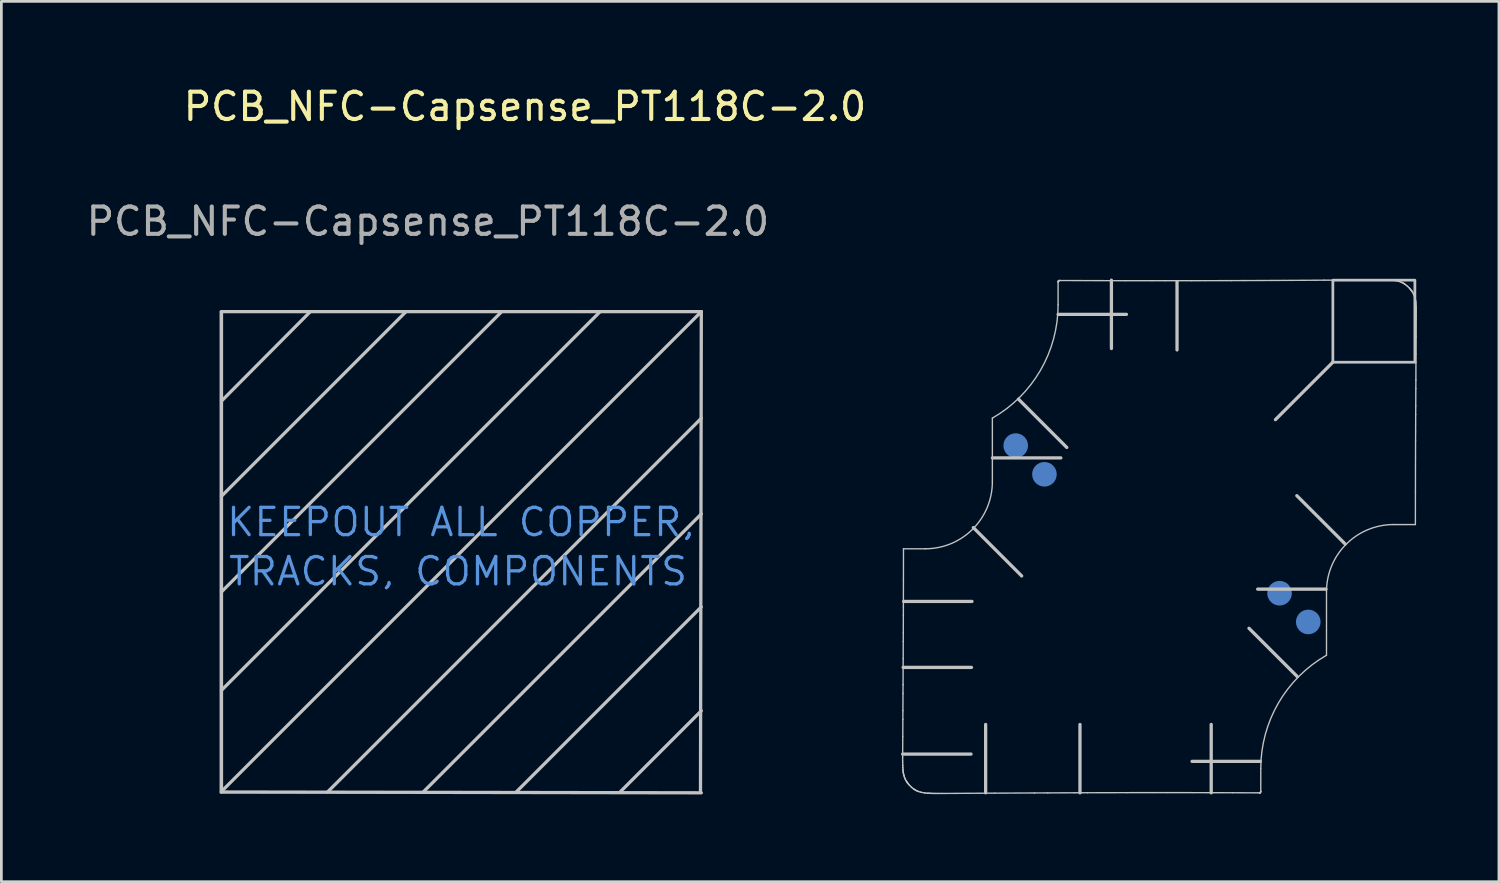
<source format=kicad_pcb>
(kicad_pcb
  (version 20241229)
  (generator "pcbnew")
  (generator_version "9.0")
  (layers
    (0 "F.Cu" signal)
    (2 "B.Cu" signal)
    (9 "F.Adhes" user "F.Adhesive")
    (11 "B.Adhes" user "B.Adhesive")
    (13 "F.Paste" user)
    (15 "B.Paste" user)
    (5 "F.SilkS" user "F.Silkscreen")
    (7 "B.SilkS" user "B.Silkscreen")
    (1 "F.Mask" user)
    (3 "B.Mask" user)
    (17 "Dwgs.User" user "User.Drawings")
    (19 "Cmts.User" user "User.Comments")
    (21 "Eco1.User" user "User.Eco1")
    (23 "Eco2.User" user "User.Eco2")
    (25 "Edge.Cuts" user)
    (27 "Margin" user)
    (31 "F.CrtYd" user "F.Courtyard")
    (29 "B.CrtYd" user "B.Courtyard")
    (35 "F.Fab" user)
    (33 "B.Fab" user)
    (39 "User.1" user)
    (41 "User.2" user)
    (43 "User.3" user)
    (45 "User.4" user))
  (footprint "PCB_NFC-Capsense_PT118C-2.0"
    (layer "F.Cu")
    (at 30.001 25.948)
    (property "Reference" "PCB_NFC-Capsense_PT118C-2.0" (at -13.85 -25.1 0) (unlocked yes) (layer "F.SilkS") (effects (font (size 1 1) (thickness 0.15))))
    (attr exclude_from_pos_files exclude_from_bom)
    (fp_line (start -24.95 -17.6) (end -24.95 -0.03) (stroke (width 0.12) (type solid)) (layer "Dwgs.User"))
    (fp_line (start -24.95 -14.33) (end -21.7 -17.6) (stroke (width 0.12) (type solid)) (layer "Dwgs.User"))
    (fp_line (start -24.95 -10.85) (end -18.2 -17.6) (stroke (width 0.12) (type solid)) (layer "Dwgs.User"))
    (fp_line (start -24.95 -7.35) (end -14.7 -17.6) (stroke (width 0.12) (type solid)) (layer "Dwgs.User"))
    (fp_line (start -24.95 -3.75) (end -11.1 -17.6) (stroke (width 0.12) (type solid)) (layer "Dwgs.User"))
    (fp_line (start -24.95 -0.05) (end -7.4 -17.6) (stroke (width 0.12) (type solid)) (layer "Dwgs.User"))
    (fp_line (start -24.95 -0.03) (end -7.4 0) (stroke (width 0.12) (type solid)) (layer "Dwgs.User"))
    (fp_line (start -21.07 -0.03) (end -7.4 -13.7) (stroke (width 0.12) (type solid)) (layer "Dwgs.User"))
    (fp_line (start -17.57 -0.03) (end -7.4 -10.2) (stroke (width 0.12) (type solid)) (layer "Dwgs.User"))
    (fp_line (start -10.37 -0.03) (end -7.4 -3) (stroke (width 0.12) (type solid)) (layer "Dwgs.User"))
    (fp_line (start -7.43 -0.05) (end -7.4 -17.6) (stroke (width 0.12) (type solid)) (layer "Dwgs.User"))
    (fp_line (start -7.4 -17.6) (end -24.95 -17.6) (stroke (width 0.12) (type solid)) (layer "Dwgs.User"))
    (fp_line (start -7.4 -6.8) (end -14.17 -0.03) (stroke (width 0.12) (type solid)) (layer "Dwgs.User"))
    (fp_line (start -0.005 -8.925) (end 0.789 -8.925) (stroke (width 0.05) (type solid)) (layer "Dwgs.User"))
    (fp_line (start 2.465 -1.417) (end -0.035 -1.417) (stroke (width 0.12) (type solid)) (layer "Dwgs.User"))
    (fp_line (start 2.482 -4.587) (end -0.018 -4.587) (stroke (width 0.12) (type solid)) (layer "Dwgs.User"))
    (fp_line (start 2.5 -7) (end 0 -7) (stroke (width 0.12) (type solid)) (layer "Dwgs.User"))
    (fp_line (start 3 0) (end 3 -2.5) (stroke (width 0.12) (type solid)) (layer "Dwgs.User"))
    (fp_line (start 3.246 -11.383) (end 3.246 -13.706) (stroke (width 0.05) (type solid)) (layer "Dwgs.User"))
    (fp_line (start 4.318 -7.932) (end 2.55 -9.7) (stroke (width 0.12) (type solid)) (layer "Dwgs.User"))
    (fp_line (start 5.65 -17.85) (end 5.65 -18.682) (stroke (width 0.05) (type solid)) (layer "Dwgs.User"))
    (fp_line (start 5.75 -12.25) (end 3.25 -12.25) (stroke (width 0.12) (type solid)) (layer "Dwgs.User"))
    (fp_line (start 5.968 -12.632) (end 4.2 -14.4) (stroke (width 0.12) (type solid)) (layer "Dwgs.User"))
    (fp_line (start 6.45 0) (end 6.45 -2.5) (stroke (width 0.12) (type solid)) (layer "Dwgs.User"))
    (fp_line (start 7.6 -16.25) (end 7.6 -18.75) (stroke (width 0.12) (type solid)) (layer "Dwgs.User"))
    (fp_line (start 8.15 -17.5) (end 5.65 -17.5) (stroke (width 0.12) (type solid)) (layer "Dwgs.User"))
    (fp_line (start 10 -16.2) (end 10 -18.7) (stroke (width 0.12) (type solid)) (layer "Dwgs.User"))
    (fp_line (start 11.25 0) (end 11.25 -2.5) (stroke (width 0.12) (type solid)) (layer "Dwgs.User"))
    (fp_line (start 12.632 -6.018) (end 14.4 -4.25) (stroke (width 0.12) (type solid)) (layer "Dwgs.User"))
    (fp_line (start 13.05 -1.15) (end 10.55 -1.15) (stroke (width 0.12) (type solid)) (layer "Dwgs.User"))
    (fp_line (start 13.063 -0.887) (end 13.063 -0.056) (stroke (width 0.05) (type solid)) (layer "Dwgs.User"))
    (fp_line (start 13.6 -13.65) (end 15.7 -15.75) (stroke (width 0.12) (type solid)) (layer "Dwgs.User"))
    (fp_line (start 14.382 -10.868) (end 16.15 -9.1) (stroke (width 0.12) (type solid)) (layer "Dwgs.User"))
    (fp_line (start 15.45 -7.45) (end 12.95 -7.45) (stroke (width 0.12) (type solid)) (layer "Dwgs.User"))
    (fp_line (start 15.467 -7.355) (end 15.467 -5.032) (stroke (width 0.05) (type solid)) (layer "Dwgs.User"))
    (fp_line (start 18.718 -9.812) (end 17.924 -9.812) (stroke (width 0.05) (type solid)) (layer "Dwgs.User"))
    (fp_arc (start 3.246446 -11.382656) (mid 2.526691 -9.645014) (end 0.789049 -8.925259) (stroke (width 0.05) (type solid)) (layer "Dwgs.User"))
    (fp_arc (start 5.65 -17.85) (mid 5.005631 -15.454551) (end 3.246445 -13.705652) (stroke (width 0.05) (type solid)) (layer "Dwgs.User"))
    (fp_arc (start 13.063057 -0.887463) (mid 13.707426 -3.282912) (end 15.466612 -5.031811) (stroke (width 0.05) (type solid)) (layer "Dwgs.User"))
    (fp_arc (start 15.466611 -7.354807) (mid 16.186366 -9.092449) (end 17.924008 -9.812204) (stroke (width 0.05) (type solid)) (layer "Dwgs.User"))
    (fp_poly (pts (xy 18.7 -15.75) (xy 15.7 -15.75) (xy 15.7 -18.75) (xy 18.7 -18.75)) (stroke (width 0.1) (type solid)) (fill no) (layer "Dwgs.User"))
    (fp_curve (pts (xy -0.036 -1.169) (xy -0.036 -1.209) (xy -0.036 -1.25) (xy -0.036 -1.291)) (stroke (width 0.05) (type solid)) (layer "Dwgs.User"))
    (fp_curve (pts (xy -0.036 -1.291) (xy -0.035 -1.333) (xy -0.035 -1.375) (xy -0.035 -1.417)) (stroke (width 0.05) (type solid)) (layer "Dwgs.User"))
    (fp_curve (pts (xy -0.035 -1.109) (xy -0.035 -1.128) (xy -0.035 -1.149) (xy -0.036 -1.169)) (stroke (width 0.05) (type solid)) (layer "Dwgs.User"))
    (fp_curve (pts (xy -0.035 -1.417) (xy -0.034 -1.629) (xy -0.033 -1.84) (xy -0.031 -2.051)) (stroke (width 0.05) (type solid)) (layer "Dwgs.User"))
    (fp_curve (pts (xy -0.033 -1.02) (xy -0.034 -1.049) (xy -0.035 -1.079) (xy -0.035 -1.109)) (stroke (width 0.05) (type solid)) (layer "Dwgs.User"))
    (fp_curve (pts (xy -0.032 -0.991) (xy -0.032 -1) (xy -0.033 -1.01) (xy -0.033 -1.02)) (stroke (width 0.05) (type solid)) (layer "Dwgs.User"))
    (fp_curve (pts (xy -0.031 -2.051) (xy -0.03 -2.263) (xy -0.029 -2.474) (xy -0.028 -2.685)) (stroke (width 0.05) (type solid)) (layer "Dwgs.User"))
    (fp_curve (pts (xy -0.029 -0.933) (xy -0.03 -0.952) (xy -0.031 -0.971) (xy -0.032 -0.991)) (stroke (width 0.05) (type solid)) (layer "Dwgs.User"))
    (fp_curve (pts (xy -0.028 -2.685) (xy -0.027 -2.791) (xy -0.027 -2.896) (xy -0.026 -3.002)) (stroke (width 0.05) (type solid)) (layer "Dwgs.User"))
    (fp_curve (pts (xy -0.028 -0.904) (xy -0.028 -0.914) (xy -0.029 -0.923) (xy -0.029 -0.933)) (stroke (width 0.05) (type solid)) (layer "Dwgs.User"))
    (fp_curve (pts (xy -0.026 -3.002) (xy -0.025 -3.213) (xy -0.024 -3.425) (xy -0.023 -3.636)) (stroke (width 0.05) (type solid)) (layer "Dwgs.User"))
    (fp_curve (pts (xy -0.024 -0.849) (xy -0.025 -0.867) (xy -0.027 -0.885) (xy -0.028 -0.904)) (stroke (width 0.05) (type solid)) (layer "Dwgs.User"))
    (fp_curve (pts (xy -0.023 -3.636) (xy -0.022 -3.742) (xy -0.022 -3.848) (xy -0.021 -3.953)) (stroke (width 0.05) (type solid)) (layer "Dwgs.User"))
    (fp_curve (pts (xy -0.021 -0.822) (xy -0.022 -0.831) (xy -0.023 -0.84) (xy -0.024 -0.849)) (stroke (width 0.05) (type solid)) (layer "Dwgs.User"))
    (fp_curve (pts (xy -0.021 -3.953) (xy -0.02 -4.165) (xy -0.019 -4.376) (xy -0.018 -4.587)) (stroke (width 0.05) (type solid)) (layer "Dwgs.User"))
    (fp_curve (pts (xy -0.018 -4.587) (xy -0.017 -4.693) (xy -0.017 -4.799) (xy -0.016 -4.904)) (stroke (width 0.05) (type solid)) (layer "Dwgs.User"))
    (fp_curve (pts (xy -0.017 -0.782) (xy -0.019 -0.795) (xy -0.02 -0.808) (xy -0.021 -0.822)) (stroke (width 0.05) (type solid)) (layer "Dwgs.User"))
    (fp_curve (pts (xy -0.016 -4.904) (xy -0.015 -5.116) (xy -0.014 -5.327) (xy -0.014 -5.538)) (stroke (width 0.05) (type solid)) (layer "Dwgs.User"))
    (fp_curve (pts (xy -0.016 -0.77) (xy -0.016 -0.774) (xy -0.017 -0.778) (xy -0.017 -0.782)) (stroke (width 0.05) (type solid)) (layer "Dwgs.User"))
    (fp_curve (pts (xy -0.014 -5.538) (xy -0.013 -5.644) (xy -0.013 -5.75) (xy -0.012 -5.856)) (stroke (width 0.05) (type solid)) (layer "Dwgs.User"))
    (fp_curve (pts (xy -0.012 -5.856) (xy -0.011 -6.067) (xy -0.011 -6.278) (xy -0.01 -6.49)) (stroke (width 0.05) (type solid)) (layer "Dwgs.User"))
    (fp_curve (pts (xy -0.012 -0.744) (xy -0.013 -0.753) (xy -0.015 -0.761) (xy -0.016 -0.77)) (stroke (width 0.05) (type solid)) (layer "Dwgs.User"))
    (fp_curve (pts (xy -0.01 -0.732) (xy -0.011 -0.736) (xy -0.012 -0.74) (xy -0.012 -0.744)) (stroke (width 0.05) (type solid)) (layer "Dwgs.User"))
    (fp_curve (pts (xy -0.01 -6.49) (xy -0.01 -6.595) (xy -0.009 -6.701) (xy -0.009 -6.807)) (stroke (width 0.05) (type solid)) (layer "Dwgs.User"))
    (fp_curve (pts (xy -0.009 -6.807) (xy -0.008 -7.124) (xy -0.007 -7.441) (xy -0.007 -7.758)) (stroke (width 0.05) (type solid)) (layer "Dwgs.User"))
    (fp_curve (pts (xy -0.007 -7.758) (xy -0.006 -8.147) (xy -0.006 -8.536) (xy -0.005 -8.925)) (stroke (width 0.05) (type solid)) (layer "Dwgs.User"))
    (fp_curve (pts (xy -0.007 -0.709) (xy -0.008 -0.717) (xy -0.009 -0.724) (xy -0.01 -0.732)) (stroke (width 0.05) (type solid)) (layer "Dwgs.User"))
    (fp_curve (pts (xy -0.005 -0.698) (xy -0.005 -0.702) (xy -0.006 -0.706) (xy -0.007 -0.709)) (stroke (width 0.05) (type solid)) (layer "Dwgs.User"))
    (fp_curve (pts (xy -0.000029 -0.676) (xy -0.002 -0.684) (xy -0.003 -0.691) (xy -0.005 -0.698)) (stroke (width 0.05) (type solid)) (layer "Dwgs.User"))
    (fp_curve (pts (xy 0.002 -0.665) (xy 0.002 -0.669) (xy 0.001 -0.673) (xy -0.000029 -0.676)) (stroke (width 0.05) (type solid)) (layer "Dwgs.User"))
    (fp_curve (pts (xy 0.011 -0.633) (xy 0.008 -0.644) (xy 0.005 -0.655) (xy 0.002 -0.665)) (stroke (width 0.05) (type solid)) (layer "Dwgs.User"))
    (fp_curve (pts (xy 0.017 -0.611) (xy 0.015 -0.619) (xy 0.013 -0.626) (xy 0.011 -0.633)) (stroke (width 0.05) (type solid)) (layer "Dwgs.User"))
    (fp_curve (pts (xy 0.031 -0.569) (xy 0.026 -0.583) (xy 0.021 -0.597) (xy 0.017 -0.611)) (stroke (width 0.05) (type solid)) (layer "Dwgs.User"))
    (fp_curve (pts (xy 0.039 -0.549) (xy 0.036 -0.555) (xy 0.034 -0.562) (xy 0.031 -0.569)) (stroke (width 0.05) (type solid)) (layer "Dwgs.User"))
    (fp_curve (pts (xy 0.056 -0.508) (xy 0.05 -0.521) (xy 0.044 -0.535) (xy 0.039 -0.549)) (stroke (width 0.05) (type solid)) (layer "Dwgs.User"))
    (fp_curve (pts (xy 0.066 -0.488) (xy 0.062 -0.495) (xy 0.059 -0.501) (xy 0.056 -0.508)) (stroke (width 0.05) (type solid)) (layer "Dwgs.User"))
    (fp_curve (pts (xy 0.086 -0.45) (xy 0.079 -0.462) (xy 0.072 -0.475) (xy 0.066 -0.488)) (stroke (width 0.05) (type solid)) (layer "Dwgs.User"))
    (fp_curve (pts (xy 0.097 -0.431) (xy 0.093 -0.437) (xy 0.089 -0.443) (xy 0.086 -0.45)) (stroke (width 0.05) (type solid)) (layer "Dwgs.User"))
    (fp_curve (pts (xy 0.114 -0.403) (xy 0.108 -0.412) (xy 0.102 -0.422) (xy 0.097 -0.431)) (stroke (width 0.05) (type solid)) (layer "Dwgs.User"))
    (fp_curve (pts (xy 0.12 -0.395) (xy 0.118 -0.397) (xy 0.116 -0.4) (xy 0.114 -0.403)) (stroke (width 0.05) (type solid)) (layer "Dwgs.User"))
    (fp_curve (pts (xy 0.129 -0.381) (xy 0.126 -0.386) (xy 0.123 -0.39) (xy 0.12 -0.395)) (stroke (width 0.05) (type solid)) (layer "Dwgs.User"))
    (fp_curve (pts (xy 0.132 -0.377) (xy 0.131 -0.378) (xy 0.13 -0.38) (xy 0.129 -0.381)) (stroke (width 0.05) (type solid)) (layer "Dwgs.User"))
    (fp_curve (pts (xy 0.139 -0.367) (xy 0.137 -0.371) (xy 0.135 -0.374) (xy 0.132 -0.377)) (stroke (width 0.05) (type solid)) (layer "Dwgs.User"))
    (fp_curve (pts (xy 0.143 -0.363) (xy 0.142 -0.364) (xy 0.141 -0.366) (xy 0.139 -0.367)) (stroke (width 0.05) (type solid)) (layer "Dwgs.User"))
    (fp_curve (pts (xy 0.154 -0.348) (xy 0.15 -0.353) (xy 0.146 -0.358) (xy 0.143 -0.363)) (stroke (width 0.05) (type solid)) (layer "Dwgs.User"))
    (fp_curve (pts (xy 0.161 -0.339) (xy 0.159 -0.342) (xy 0.156 -0.345) (xy 0.154 -0.348)) (stroke (width 0.05) (type solid)) (layer "Dwgs.User"))
    (fp_curve (pts (xy 0.176 -0.321) (xy 0.171 -0.327) (xy 0.166 -0.333) (xy 0.161 -0.339)) (stroke (width 0.05) (type solid)) (layer "Dwgs.User"))
    (fp_curve (pts (xy 0.184 -0.312) (xy 0.181 -0.315) (xy 0.179 -0.318) (xy 0.176 -0.321)) (stroke (width 0.05) (type solid)) (layer "Dwgs.User"))
    (fp_curve (pts (xy 0.207 -0.285) (xy 0.199 -0.294) (xy 0.191 -0.303) (xy 0.184 -0.312)) (stroke (width 0.05) (type solid)) (layer "Dwgs.User"))
    (fp_curve (pts (xy 0.223 -0.268) (xy 0.218 -0.273) (xy 0.213 -0.279) (xy 0.207 -0.285)) (stroke (width 0.05) (type solid)) (layer "Dwgs.User"))
    (fp_curve (pts (xy 0.274 -0.218) (xy 0.257 -0.234) (xy 0.24 -0.25) (xy 0.223 -0.268)) (stroke (width 0.05) (type solid)) (layer "Dwgs.User"))
    (fp_curve (pts (xy 0.309 -0.187) (xy 0.297 -0.197) (xy 0.285 -0.207) (xy 0.274 -0.218)) (stroke (width 0.05) (type solid)) (layer "Dwgs.User"))
    (fp_curve (pts (xy 0.355 -0.151) (xy 0.339 -0.163) (xy 0.324 -0.175) (xy 0.309 -0.187)) (stroke (width 0.05) (type solid)) (layer "Dwgs.User"))
    (fp_curve (pts (xy 0.364 -0.145) (xy 0.361 -0.147) (xy 0.358 -0.149) (xy 0.355 -0.151)) (stroke (width 0.05) (type solid)) (layer "Dwgs.User"))
    (fp_curve (pts (xy 0.383 -0.131) (xy 0.377 -0.136) (xy 0.371 -0.14) (xy 0.364 -0.145)) (stroke (width 0.05) (type solid)) (layer "Dwgs.User"))
    (fp_curve (pts (xy 0.393 -0.125) (xy 0.39 -0.127) (xy 0.387 -0.129) (xy 0.383 -0.131)) (stroke (width 0.05) (type solid)) (layer "Dwgs.User"))
    (fp_curve (pts (xy 0.412 -0.112) (xy 0.406 -0.116) (xy 0.399 -0.121) (xy 0.393 -0.125)) (stroke (width 0.05) (type solid)) (layer "Dwgs.User"))
    (fp_curve (pts (xy 0.422 -0.106) (xy 0.419 -0.108) (xy 0.415 -0.11) (xy 0.412 -0.112)) (stroke (width 0.05) (type solid)) (layer "Dwgs.User"))
    (fp_curve (pts (xy 0.439 -0.096) (xy 0.433 -0.099) (xy 0.428 -0.103) (xy 0.422 -0.106)) (stroke (width 0.05) (type solid)) (layer "Dwgs.User"))
    (fp_curve (pts (xy 0.448 -0.091) (xy 0.445 -0.093) (xy 0.442 -0.095) (xy 0.439 -0.096)) (stroke (width 0.05) (type solid)) (layer "Dwgs.User"))
    (fp_curve (pts (xy 0.474 -0.078) (xy 0.465 -0.082) (xy 0.456 -0.087) (xy 0.448 -0.091)) (stroke (width 0.05) (type solid)) (layer "Dwgs.User"))
    (fp_curve (pts (xy 0.493 -0.069) (xy 0.487 -0.072) (xy 0.481 -0.075) (xy 0.474 -0.078)) (stroke (width 0.05) (type solid)) (layer "Dwgs.User"))
    (fp_curve (pts (xy 0.532 -0.053) (xy 0.519 -0.058) (xy 0.506 -0.063) (xy 0.493 -0.069)) (stroke (width 0.05) (type solid)) (layer "Dwgs.User"))
    (fp_curve (pts (xy 0.552 -0.046) (xy 0.545 -0.048) (xy 0.539 -0.05) (xy 0.532 -0.053)) (stroke (width 0.05) (type solid)) (layer "Dwgs.User"))
    (fp_curve (pts (xy 0.617 -0.026) (xy 0.595 -0.032) (xy 0.573 -0.038) (xy 0.552 -0.046)) (stroke (width 0.05) (type solid)) (layer "Dwgs.User"))
    (fp_curve (pts (xy 0.663 -0.015) (xy 0.647 -0.018) (xy 0.632 -0.022) (xy 0.617 -0.026)) (stroke (width 0.05) (type solid)) (layer "Dwgs.User"))
    (fp_curve (pts (xy 0.762 0.002) (xy 0.728 -0.002) (xy 0.695 -0.008) (xy 0.663 -0.015)) (stroke (width 0.05) (type solid)) (layer "Dwgs.User"))
    (fp_curve (pts (xy 0.814 0.009) (xy 0.796 0.007) (xy 0.779 0.005) (xy 0.762 0.002)) (stroke (width 0.05) (type solid)) (layer "Dwgs.User"))
    (fp_curve (pts (xy 0.881 0.015) (xy 0.858 0.013) (xy 0.836 0.011) (xy 0.814 0.009)) (stroke (width 0.05) (type solid)) (layer "Dwgs.User"))
    (fp_curve (pts (xy 0.895 0.016) (xy 0.89 0.015) (xy 0.885 0.015) (xy 0.881 0.015)) (stroke (width 0.05) (type solid)) (layer "Dwgs.User"))
    (fp_curve (pts (xy 0.922 0.017) (xy 0.913 0.017) (xy 0.904 0.016) (xy 0.895 0.016)) (stroke (width 0.05) (type solid)) (layer "Dwgs.User"))
    (fp_curve (pts (xy 0.936 0.018) (xy 0.931 0.018) (xy 0.927 0.017) (xy 0.922 0.017)) (stroke (width 0.05) (type solid)) (layer "Dwgs.User"))
    (fp_curve (pts (xy 0.964 0.019) (xy 0.955 0.019) (xy 0.945 0.018) (xy 0.936 0.018)) (stroke (width 0.05) (type solid)) (layer "Dwgs.User"))
    (fp_curve (pts (xy 0.979 0.02) (xy 0.974 0.02) (xy 0.969 0.019) (xy 0.964 0.019)) (stroke (width 0.05) (type solid)) (layer "Dwgs.User"))
    (fp_curve (pts (xy 1.008 0.021) (xy 0.998 0.02) (xy 0.989 0.02) (xy 0.979 0.02)) (stroke (width 0.05) (type solid)) (layer "Dwgs.User"))
    (fp_curve (pts (xy 1.023 0.021) (xy 1.018 0.021) (xy 1.013 0.021) (xy 1.008 0.021)) (stroke (width 0.05) (type solid)) (layer "Dwgs.User"))
    (fp_curve (pts (xy 1.067 0.022) (xy 1.052 0.022) (xy 1.038 0.022) (xy 1.023 0.021)) (stroke (width 0.05) (type solid)) (layer "Dwgs.User"))
    (fp_curve (pts (xy 1.097 0.023) (xy 1.087 0.022) (xy 1.077 0.022) (xy 1.067 0.022)) (stroke (width 0.05) (type solid)) (layer "Dwgs.User"))
    (fp_curve (pts (xy 1.157 0.023) (xy 1.137 0.023) (xy 1.117 0.023) (xy 1.097 0.023)) (stroke (width 0.05) (type solid)) (layer "Dwgs.User"))
    (fp_curve (pts (xy 1.188 0.023) (xy 1.177 0.023) (xy 1.167 0.023) (xy 1.157 0.023)) (stroke (width 0.05) (type solid)) (layer "Dwgs.User"))
    (fp_curve (pts (xy 1.28 0.023) (xy 1.249 0.023) (xy 1.218 0.023) (xy 1.188 0.023)) (stroke (width 0.05) (type solid)) (layer "Dwgs.User"))
    (fp_curve (pts (xy 1.405 0.023) (xy 1.363 0.023) (xy 1.321 0.023) (xy 1.28 0.023)) (stroke (width 0.05) (type solid)) (layer "Dwgs.User"))
    (fp_curve (pts (xy 3.34 0.012) (xy 2.695 0.016) (xy 2.05 0.019) (xy 1.405 0.023)) (stroke (width 0.05) (type solid)) (layer "Dwgs.User"))
    (fp_curve (pts (xy 4.791 0.005) (xy 4.307 0.007) (xy 3.823 0.01) (xy 3.34 0.012)) (stroke (width 0.05) (type solid)) (layer "Dwgs.User"))
    (fp_curve (pts (xy 5.274 0.003) (xy 5.113 0.003) (xy 4.952 0.004) (xy 4.791 0.005)) (stroke (width 0.05) (type solid)) (layer "Dwgs.User"))
    (fp_curve (pts (xy 5.65 -18.682) (xy 5.65 -18.685) (xy 5.65 -18.688) (xy 5.651 -18.69)) (stroke (width 0.05) (type solid)) (layer "Dwgs.User"))
    (fp_curve (pts (xy 5.651 -18.69) (xy 5.651 -18.693) (xy 5.651 -18.696) (xy 5.652 -18.698)) (stroke (width 0.05) (type solid)) (layer "Dwgs.User"))
    (fp_curve (pts (xy 5.652 -18.698) (xy 5.652 -18.7) (xy 5.653 -18.701) (xy 5.653 -18.702)) (stroke (width 0.05) (type solid)) (layer "Dwgs.User"))
    (fp_curve (pts (xy 5.653 -18.702) (xy 5.654 -18.705) (xy 5.655 -18.707) (xy 5.656 -18.709)) (stroke (width 0.05) (type solid)) (layer "Dwgs.User"))
    (fp_curve (pts (xy 5.656 -18.709) (xy 5.657 -18.711) (xy 5.657 -18.712) (xy 5.658 -18.713)) (stroke (width 0.05) (type solid)) (layer "Dwgs.User"))
    (fp_curve (pts (xy 5.658 -18.713) (xy 5.659 -18.715) (xy 5.66 -18.717) (xy 5.662 -18.719)) (stroke (width 0.05) (type solid)) (layer "Dwgs.User"))
    (fp_curve (pts (xy 5.662 -18.719) (xy 5.662 -18.72) (xy 5.663 -18.721) (xy 5.664 -18.722)) (stroke (width 0.05) (type solid)) (layer "Dwgs.User"))
    (fp_curve (pts (xy 5.664 -18.722) (xy 5.665 -18.723) (xy 5.666 -18.724) (xy 5.668 -18.725)) (stroke (width 0.05) (type solid)) (layer "Dwgs.User"))
    (fp_curve (pts (xy 5.668 -18.725) (xy 5.668 -18.726) (xy 5.668 -18.726) (xy 5.669 -18.727)) (stroke (width 0.05) (type solid)) (layer "Dwgs.User"))
    (fp_curve (pts (xy 5.669 -18.727) (xy 5.67 -18.727) (xy 5.671 -18.728) (xy 5.671 -18.729)) (stroke (width 0.05) (type solid)) (layer "Dwgs.User"))
    (fp_curve (pts (xy 5.671 -18.729) (xy 5.672 -18.729) (xy 5.672 -18.729) (xy 5.672 -18.729)) (stroke (width 0.05) (type solid)) (layer "Dwgs.User"))
    (fp_curve (pts (xy 5.672 -18.729) (xy 5.673 -18.73) (xy 5.674 -18.73) (xy 5.674 -18.731)) (stroke (width 0.05) (type solid)) (layer "Dwgs.User"))
    (fp_curve (pts (xy 5.674 -18.731) (xy 5.675 -18.731) (xy 5.675 -18.731) (xy 5.676 -18.732)) (stroke (width 0.05) (type solid)) (layer "Dwgs.User"))
    (fp_curve (pts (xy 5.676 -18.732) (xy 5.677 -18.732) (xy 5.677 -18.733) (xy 5.678 -18.733)) (stroke (width 0.05) (type solid)) (layer "Dwgs.User"))
    (fp_curve (pts (xy 5.678 -18.733) (xy 5.679 -18.733) (xy 5.679 -18.733) (xy 5.68 -18.734)) (stroke (width 0.05) (type solid)) (layer "Dwgs.User"))
    (fp_curve (pts (xy 5.68 -18.734) (xy 5.681 -18.734) (xy 5.683 -18.735) (xy 5.684 -18.736)) (stroke (width 0.05) (type solid)) (layer "Dwgs.User"))
    (fp_curve (pts (xy 5.684 -18.736) (xy 5.685 -18.736) (xy 5.686 -18.736) (xy 5.687 -18.737)) (stroke (width 0.05) (type solid)) (layer "Dwgs.User"))
    (fp_curve (pts (xy 5.687 -18.737) (xy 5.69 -18.737) (xy 5.692 -18.737) (xy 5.693 -18.738)) (stroke (width 0.05) (type solid)) (layer "Dwgs.User"))
    (fp_curve (pts (xy 5.693 -18.738) (xy 5.695 -18.738) (xy 5.697 -18.738) (xy 5.698 -18.738)) (stroke (width 0.05) (type solid)) (layer "Dwgs.User"))
    (fp_curve (pts (xy 5.698 -18.738) (xy 6.021 -18.737) (xy 6.343 -18.736) (xy 6.666 -18.735)) (stroke (width 0.05) (type solid)) (layer "Dwgs.User"))
    (fp_curve (pts (xy 6.242 -0.001) (xy 5.919 -0.000203) (xy 5.597 0.001) (xy 5.274 0.003)) (stroke (width 0.05) (type solid)) (layer "Dwgs.User"))
    (fp_curve (pts (xy 6.666 -18.735) (xy 6.988 -18.734) (xy 7.311 -18.733) (xy 7.633 -18.732)) (stroke (width 0.05) (type solid)) (layer "Dwgs.User"))
    (fp_curve (pts (xy 6.726 -0.003) (xy 6.564 -0.002) (xy 6.403 -0.002) (xy 6.242 -0.001)) (stroke (width 0.05) (type solid)) (layer "Dwgs.User"))
    (fp_curve (pts (xy 7.633 -18.732) (xy 7.795 -18.732) (xy 7.956 -18.732) (xy 8.117 -18.731)) (stroke (width 0.05) (type solid)) (layer "Dwgs.User"))
    (fp_curve (pts (xy 7.693 -0.005) (xy 7.371 -0.005) (xy 7.048 -0.004) (xy 6.726 -0.003)) (stroke (width 0.05) (type solid)) (layer "Dwgs.User"))
    (fp_curve (pts (xy 8.117 -18.731) (xy 8.44 -18.731) (xy 8.762 -18.731) (xy 9.085 -18.731)) (stroke (width 0.05) (type solid)) (layer "Dwgs.User"))
    (fp_curve (pts (xy 8.177 -0.006) (xy 8.016 -0.006) (xy 7.854 -0.006) (xy 7.693 -0.005)) (stroke (width 0.05) (type solid)) (layer "Dwgs.User"))
    (fp_curve (pts (xy 9.085 -18.731) (xy 9.246 -18.731) (xy 9.407 -18.731) (xy 9.568 -18.731)) (stroke (width 0.05) (type solid)) (layer "Dwgs.User"))
    (fp_curve (pts (xy 9.145 -0.007) (xy 8.822 -0.007) (xy 8.499 -0.007) (xy 8.177 -0.006)) (stroke (width 0.05) (type solid)) (layer "Dwgs.User"))
    (fp_curve (pts (xy 9.568 -18.731) (xy 9.891 -18.731) (xy 10.214 -18.731) (xy 10.536 -18.731)) (stroke (width 0.05) (type solid)) (layer "Dwgs.User"))
    (fp_curve (pts (xy 9.628 -0.007) (xy 9.467 -0.007) (xy 9.306 -0.007) (xy 9.145 -0.007)) (stroke (width 0.05) (type solid)) (layer "Dwgs.User"))
    (fp_curve (pts (xy 10.536 -18.731) (xy 10.697 -18.732) (xy 10.859 -18.732) (xy 11.02 -18.732)) (stroke (width 0.05) (type solid)) (layer "Dwgs.User"))
    (fp_curve (pts (xy 10.596 -0.006) (xy 10.273 -0.006) (xy 9.951 -0.007) (xy 9.628 -0.007)) (stroke (width 0.05) (type solid)) (layer "Dwgs.User"))
    (fp_curve (pts (xy 11.02 -18.732) (xy 11.342 -18.733) (xy 11.665 -18.734) (xy 11.988 -18.734)) (stroke (width 0.05) (type solid)) (layer "Dwgs.User"))
    (fp_curve (pts (xy 11.08 -0.005) (xy 10.918 -0.005) (xy 10.757 -0.006) (xy 10.596 -0.006)) (stroke (width 0.05) (type solid)) (layer "Dwgs.User"))
    (fp_curve (pts (xy 11.988 -18.734) (xy 12.149 -18.735) (xy 12.31 -18.736) (xy 12.471 -18.736)) (stroke (width 0.05) (type solid)) (layer "Dwgs.User"))
    (fp_curve (pts (xy 12.047 -0.003) (xy 11.725 -0.004) (xy 11.402 -0.005) (xy 11.08 -0.005)) (stroke (width 0.05) (type solid)) (layer "Dwgs.User"))
    (fp_curve (pts (xy 12.471 -18.736) (xy 12.794 -18.737) (xy 13.116 -18.739) (xy 13.439 -18.74)) (stroke (width 0.05) (type solid)) (layer "Dwgs.User"))
    (fp_curve (pts (xy 13.015 0.001) (xy 12.692 -0.001) (xy 12.37 -0.002) (xy 12.047 -0.003)) (stroke (width 0.05) (type solid)) (layer "Dwgs.User"))
    (fp_curve (pts (xy 13.02 0.000281) (xy 13.018 0.001) (xy 13.016 0.001) (xy 13.015 0.001)) (stroke (width 0.05) (type solid)) (layer "Dwgs.User"))
    (fp_curve (pts (xy 13.026 -0.001) (xy 13.023 -0.000367) (xy 13.021 0.000036) (xy 13.02 0.000281)) (stroke (width 0.05) (type solid)) (layer "Dwgs.User"))
    (fp_curve (pts (xy 13.029 -0.002) (xy 13.028 -0.002) (xy 13.027 -0.001) (xy 13.026 -0.001)) (stroke (width 0.05) (type solid)) (layer "Dwgs.User"))
    (fp_curve (pts (xy 13.033 -0.004) (xy 13.032 -0.003) (xy 13.03 -0.002) (xy 13.029 -0.002)) (stroke (width 0.05) (type solid)) (layer "Dwgs.User"))
    (fp_curve (pts (xy 13.035 -0.004) (xy 13.034 -0.004) (xy 13.034 -0.004) (xy 13.033 -0.004)) (stroke (width 0.05) (type solid)) (layer "Dwgs.User"))
    (fp_curve (pts (xy 13.037 -0.006) (xy 13.037 -0.005) (xy 13.036 -0.005) (xy 13.035 -0.004)) (stroke (width 0.05) (type solid)) (layer "Dwgs.User"))
    (fp_curve (pts (xy 13.039 -0.007) (xy 13.038 -0.006) (xy 13.038 -0.006) (xy 13.037 -0.006)) (stroke (width 0.05) (type solid)) (layer "Dwgs.User"))
    (fp_curve (pts (xy 13.041 -0.008) (xy 13.04 -0.008) (xy 13.039 -0.007) (xy 13.039 -0.007)) (stroke (width 0.05) (type solid)) (layer "Dwgs.User"))
    (fp_curve (pts (xy 13.042 -0.009) (xy 13.041 -0.009) (xy 13.041 -0.008) (xy 13.041 -0.008)) (stroke (width 0.05) (type solid)) (layer "Dwgs.User"))
    (fp_curve (pts (xy 13.044 -0.011) (xy 13.043 -0.01) (xy 13.043 -0.009) (xy 13.042 -0.009)) (stroke (width 0.05) (type solid)) (layer "Dwgs.User"))
    (fp_curve (pts (xy 13.045 -0.012) (xy 13.045 -0.012) (xy 13.045 -0.011) (xy 13.044 -0.011)) (stroke (width 0.05) (type solid)) (layer "Dwgs.User"))
    (fp_curve (pts (xy 13.049 -0.016) (xy 13.048 -0.015) (xy 13.047 -0.013) (xy 13.045 -0.012)) (stroke (width 0.05) (type solid)) (layer "Dwgs.User"))
    (fp_curve (pts (xy 13.051 -0.019) (xy 13.051 -0.018) (xy 13.05 -0.017) (xy 13.049 -0.016)) (stroke (width 0.05) (type solid)) (layer "Dwgs.User"))
    (fp_curve (pts (xy 13.055 -0.025) (xy 13.054 -0.023) (xy 13.053 -0.021) (xy 13.051 -0.019)) (stroke (width 0.05) (type solid)) (layer "Dwgs.User"))
    (fp_curve (pts (xy 13.057 -0.028) (xy 13.056 -0.027) (xy 13.056 -0.026) (xy 13.055 -0.025)) (stroke (width 0.05) (type solid)) (layer "Dwgs.User"))
    (fp_curve (pts (xy 13.06 -0.035) (xy 13.059 -0.033) (xy 13.058 -0.03) (xy 13.057 -0.028)) (stroke (width 0.05) (type solid)) (layer "Dwgs.User"))
    (fp_curve (pts (xy 13.061 -0.039) (xy 13.061 -0.038) (xy 13.06 -0.037) (xy 13.06 -0.035)) (stroke (width 0.05) (type solid)) (layer "Dwgs.User"))
    (fp_curve (pts (xy 13.063 -0.047) (xy 13.062 -0.044) (xy 13.062 -0.042) (xy 13.061 -0.039)) (stroke (width 0.05) (type solid)) (layer "Dwgs.User"))
    (fp_curve (pts (xy 13.063 -0.056) (xy 13.063 -0.053) (xy 13.063 -0.05) (xy 13.063 -0.047)) (stroke (width 0.05) (type solid)) (layer "Dwgs.User"))
    (fp_curve (pts (xy 13.439 -18.74) (xy 13.6 -18.741) (xy 13.761 -18.741) (xy 13.923 -18.742)) (stroke (width 0.05) (type solid)) (layer "Dwgs.User"))
    (fp_curve (pts (xy 13.923 -18.742) (xy 14.406 -18.745) (xy 14.89 -18.747) (xy 15.374 -18.75)) (stroke (width 0.05) (type solid)) (layer "Dwgs.User"))
    (fp_curve (pts (xy 15.374 -18.75) (xy 16.018 -18.753) (xy 16.663 -18.757) (xy 17.308 -18.76)) (stroke (width 0.05) (type solid)) (layer "Dwgs.User"))
    (fp_curve (pts (xy 17.308 -18.76) (xy 17.35 -18.76) (xy 17.392 -18.761) (xy 17.433 -18.761)) (stroke (width 0.05) (type solid)) (layer "Dwgs.User"))
    (fp_curve (pts (xy 17.433 -18.761) (xy 17.464 -18.761) (xy 17.495 -18.761) (xy 17.526 -18.761)) (stroke (width 0.05) (type solid)) (layer "Dwgs.User"))
    (fp_curve (pts (xy 17.526 -18.761) (xy 17.536 -18.761) (xy 17.546 -18.761) (xy 17.556 -18.761)) (stroke (width 0.05) (type solid)) (layer "Dwgs.User"))
    (fp_curve (pts (xy 17.556 -18.761) (xy 17.576 -18.761) (xy 17.596 -18.76) (xy 17.616 -18.76)) (stroke (width 0.05) (type solid)) (layer "Dwgs.User"))
    (fp_curve (pts (xy 17.616 -18.76) (xy 17.626 -18.76) (xy 17.636 -18.76) (xy 17.646 -18.76)) (stroke (width 0.05) (type solid)) (layer "Dwgs.User"))
    (fp_curve (pts (xy 17.646 -18.76) (xy 17.661 -18.759) (xy 17.676 -18.759) (xy 17.69 -18.759)) (stroke (width 0.05) (type solid)) (layer "Dwgs.User"))
    (fp_curve (pts (xy 17.69 -18.759) (xy 17.695 -18.758) (xy 17.7 -18.758) (xy 17.705 -18.758)) (stroke (width 0.05) (type solid)) (layer "Dwgs.User"))
    (fp_curve (pts (xy 17.705 -18.758) (xy 17.715 -18.758) (xy 17.725 -18.758) (xy 17.734 -18.757)) (stroke (width 0.05) (type solid)) (layer "Dwgs.User"))
    (fp_curve (pts (xy 17.734 -18.757) (xy 17.739 -18.757) (xy 17.744 -18.757) (xy 17.749 -18.757)) (stroke (width 0.05) (type solid)) (layer "Dwgs.User"))
    (fp_curve (pts (xy 17.749 -18.757) (xy 17.758 -18.756) (xy 17.768 -18.756) (xy 17.777 -18.755)) (stroke (width 0.05) (type solid)) (layer "Dwgs.User"))
    (fp_curve (pts (xy 17.777 -18.755) (xy 17.782 -18.755) (xy 17.786 -18.755) (xy 17.791 -18.755)) (stroke (width 0.05) (type solid)) (layer "Dwgs.User"))
    (fp_curve (pts (xy 17.791 -18.755) (xy 17.8 -18.754) (xy 17.809 -18.754) (xy 17.819 -18.753)) (stroke (width 0.05) (type solid)) (layer "Dwgs.User"))
    (fp_curve (pts (xy 17.819 -18.753) (xy 17.823 -18.753) (xy 17.828 -18.752) (xy 17.832 -18.752)) (stroke (width 0.05) (type solid)) (layer "Dwgs.User"))
    (fp_curve (pts (xy 17.832 -18.752) (xy 17.855 -18.75) (xy 17.877 -18.748) (xy 17.899 -18.746)) (stroke (width 0.05) (type solid)) (layer "Dwgs.User"))
    (fp_curve (pts (xy 17.899 -18.746) (xy 17.917 -18.744) (xy 17.934 -18.742) (xy 17.951 -18.74)) (stroke (width 0.05) (type solid)) (layer "Dwgs.User"))
    (fp_curve (pts (xy 17.951 -18.74) (xy 17.986 -18.735) (xy 18.018 -18.729) (xy 18.05 -18.723)) (stroke (width 0.05) (type solid)) (layer "Dwgs.User"))
    (fp_curve (pts (xy 18.05 -18.723) (xy 18.066 -18.719) (xy 18.081 -18.715) (xy 18.096 -18.712)) (stroke (width 0.05) (type solid)) (layer "Dwgs.User"))
    (fp_curve (pts (xy 18.096 -18.712) (xy 18.118 -18.706) (xy 18.14 -18.699) (xy 18.161 -18.692)) (stroke (width 0.05) (type solid)) (layer "Dwgs.User"))
    (fp_curve (pts (xy 18.161 -18.692) (xy 18.168 -18.689) (xy 18.174 -18.687) (xy 18.181 -18.684)) (stroke (width 0.05) (type solid)) (layer "Dwgs.User"))
    (fp_curve (pts (xy 18.181 -18.684) (xy 18.194 -18.679) (xy 18.207 -18.674) (xy 18.22 -18.668)) (stroke (width 0.05) (type solid)) (layer "Dwgs.User"))
    (fp_curve (pts (xy 18.22 -18.668) (xy 18.226 -18.666) (xy 18.233 -18.663) (xy 18.239 -18.66)) (stroke (width 0.05) (type solid)) (layer "Dwgs.User"))
    (fp_curve (pts (xy 18.239 -18.66) (xy 18.248 -18.655) (xy 18.257 -18.651) (xy 18.265 -18.646)) (stroke (width 0.05) (type solid)) (layer "Dwgs.User"))
    (fp_curve (pts (xy 18.265 -18.646) (xy 18.268 -18.644) (xy 18.271 -18.643) (xy 18.274 -18.641)) (stroke (width 0.05) (type solid)) (layer "Dwgs.User"))
    (fp_curve (pts (xy 18.274 -18.641) (xy 18.28 -18.638) (xy 18.285 -18.635) (xy 18.291 -18.631)) (stroke (width 0.05) (type solid)) (layer "Dwgs.User"))
    (fp_curve (pts (xy 18.291 -18.631) (xy 18.294 -18.629) (xy 18.298 -18.627) (xy 18.301 -18.625)) (stroke (width 0.05) (type solid)) (layer "Dwgs.User"))
    (fp_curve (pts (xy 18.301 -18.625) (xy 18.307 -18.621) (xy 18.314 -18.617) (xy 18.32 -18.613)) (stroke (width 0.05) (type solid)) (layer "Dwgs.User"))
    (fp_curve (pts (xy 18.32 -18.613) (xy 18.323 -18.61) (xy 18.327 -18.608) (xy 18.33 -18.606)) (stroke (width 0.05) (type solid)) (layer "Dwgs.User"))
    (fp_curve (pts (xy 18.33 -18.606) (xy 18.336 -18.602) (xy 18.342 -18.597) (xy 18.349 -18.593)) (stroke (width 0.05) (type solid)) (layer "Dwgs.User"))
    (fp_curve (pts (xy 18.349 -18.593) (xy 18.352 -18.591) (xy 18.355 -18.588) (xy 18.358 -18.586)) (stroke (width 0.05) (type solid)) (layer "Dwgs.User"))
    (fp_curve (pts (xy 18.358 -18.586) (xy 18.374 -18.575) (xy 18.389 -18.563) (xy 18.404 -18.55)) (stroke (width 0.05) (type solid)) (layer "Dwgs.User"))
    (fp_curve (pts (xy 18.404 -18.55) (xy 18.416 -18.54) (xy 18.428 -18.53) (xy 18.439 -18.519)) (stroke (width 0.05) (type solid)) (layer "Dwgs.User"))
    (fp_curve (pts (xy 18.439 -18.519) (xy 18.456 -18.504) (xy 18.473 -18.487) (xy 18.49 -18.47)) (stroke (width 0.05) (type solid)) (layer "Dwgs.User"))
    (fp_curve (pts (xy 18.49 -18.47) (xy 18.495 -18.464) (xy 18.5 -18.458) (xy 18.506 -18.453)) (stroke (width 0.05) (type solid)) (layer "Dwgs.User"))
    (fp_curve (pts (xy 18.506 -18.453) (xy 18.514 -18.444) (xy 18.522 -18.435) (xy 18.529 -18.426)) (stroke (width 0.05) (type solid)) (layer "Dwgs.User"))
    (fp_curve (pts (xy 18.529 -18.426) (xy 18.532 -18.423) (xy 18.534 -18.42) (xy 18.537 -18.417)) (stroke (width 0.05) (type solid)) (layer "Dwgs.User"))
    (fp_curve (pts (xy 18.537 -18.417) (xy 18.542 -18.411) (xy 18.547 -18.405) (xy 18.552 -18.398)) (stroke (width 0.05) (type solid)) (layer "Dwgs.User"))
    (fp_curve (pts (xy 18.552 -18.398) (xy 18.554 -18.395) (xy 18.557 -18.392) (xy 18.559 -18.389)) (stroke (width 0.05) (type solid)) (layer "Dwgs.User"))
    (fp_curve (pts (xy 18.559 -18.389) (xy 18.563 -18.384) (xy 18.567 -18.379) (xy 18.57 -18.375)) (stroke (width 0.05) (type solid)) (layer "Dwgs.User"))
    (fp_curve (pts (xy 18.57 -18.375) (xy 18.571 -18.373) (xy 18.573 -18.372) (xy 18.574 -18.37)) (stroke (width 0.05) (type solid)) (layer "Dwgs.User"))
    (fp_curve (pts (xy 18.574 -18.37) (xy 18.576 -18.367) (xy 18.579 -18.364) (xy 18.581 -18.36)) (stroke (width 0.05) (type solid)) (layer "Dwgs.User"))
    (fp_curve (pts (xy 18.581 -18.36) (xy 18.582 -18.359) (xy 18.583 -18.358) (xy 18.584 -18.356)) (stroke (width 0.05) (type solid)) (layer "Dwgs.User"))
    (fp_curve (pts (xy 18.584 -18.356) (xy 18.587 -18.352) (xy 18.59 -18.347) (xy 18.593 -18.343)) (stroke (width 0.05) (type solid)) (layer "Dwgs.User"))
    (fp_curve (pts (xy 18.593 -18.343) (xy 18.595 -18.34) (xy 18.597 -18.337) (xy 18.599 -18.334)) (stroke (width 0.05) (type solid)) (layer "Dwgs.User"))
    (fp_curve (pts (xy 18.599 -18.334) (xy 18.605 -18.325) (xy 18.611 -18.316) (xy 18.616 -18.307)) (stroke (width 0.05) (type solid)) (layer "Dwgs.User"))
    (fp_curve (pts (xy 18.616 -18.307) (xy 18.62 -18.3) (xy 18.624 -18.294) (xy 18.627 -18.288)) (stroke (width 0.05) (type solid)) (layer "Dwgs.User"))
    (fp_curve (pts (xy 18.627 -18.288) (xy 18.634 -18.275) (xy 18.641 -18.262) (xy 18.647 -18.249)) (stroke (width 0.05) (type solid)) (layer "Dwgs.User"))
    (fp_curve (pts (xy 18.647 -18.249) (xy 18.651 -18.243) (xy 18.654 -18.236) (xy 18.657 -18.23)) (stroke (width 0.05) (type solid)) (layer "Dwgs.User"))
    (fp_curve (pts (xy 18.657 -18.23) (xy 18.663 -18.216) (xy 18.669 -18.203) (xy 18.674 -18.189)) (stroke (width 0.05) (type solid)) (layer "Dwgs.User"))
    (fp_curve (pts (xy 18.674 -18.189) (xy 18.677 -18.182) (xy 18.679 -18.175) (xy 18.682 -18.168)) (stroke (width 0.05) (type solid)) (layer "Dwgs.User"))
    (fp_curve (pts (xy 18.682 -18.168) (xy 18.687 -18.154) (xy 18.692 -18.14) (xy 18.696 -18.126)) (stroke (width 0.05) (type solid)) (layer "Dwgs.User"))
    (fp_curve (pts (xy 18.696 -18.126) (xy 18.698 -18.119) (xy 18.7 -18.112) (xy 18.702 -18.105)) (stroke (width 0.05) (type solid)) (layer "Dwgs.User"))
    (fp_curve (pts (xy 18.702 -18.105) (xy 18.705 -18.094) (xy 18.708 -18.083) (xy 18.711 -18.072)) (stroke (width 0.05) (type solid)) (layer "Dwgs.User"))
    (fp_curve (pts (xy 18.711 -18.072) (xy 18.711 -18.068) (xy 18.712 -18.065) (xy 18.713 -18.061)) (stroke (width 0.05) (type solid)) (layer "Dwgs.User"))
    (fp_curve (pts (xy 18.713 -18.061) (xy 18.715 -18.054) (xy 18.716 -18.047) (xy 18.718 -18.039)) (stroke (width 0.05) (type solid)) (layer "Dwgs.User"))
    (fp_curve (pts (xy 18.718 -18.039) (xy 18.718 -18.035) (xy 18.719 -18.032) (xy 18.72 -18.028)) (stroke (width 0.05) (type solid)) (layer "Dwgs.User"))
    (fp_curve (pts (xy 18.72 -18.028) (xy 18.721 -18.021) (xy 18.722 -18.014) (xy 18.723 -18.006)) (stroke (width 0.05) (type solid)) (layer "Dwgs.User"))
    (fp_curve (pts (xy 18.72 -10.979) (xy 18.719 -10.59) (xy 18.719 -10.201) (xy 18.718 -9.812)) (stroke (width 0.05) (type solid)) (layer "Dwgs.User"))
    (fp_curve (pts (xy 18.722 -11.931) (xy 18.721 -11.614) (xy 18.72 -11.296) (xy 18.72 -10.979)) (stroke (width 0.05) (type solid)) (layer "Dwgs.User"))
    (fp_curve (pts (xy 18.723 -12.248) (xy 18.723 -12.142) (xy 18.722 -12.036) (xy 18.722 -11.931)) (stroke (width 0.05) (type solid)) (layer "Dwgs.User"))
    (fp_curve (pts (xy 18.723 -18.006) (xy 18.724 -18.002) (xy 18.725 -17.997) (xy 18.725 -17.993)) (stroke (width 0.05) (type solid)) (layer "Dwgs.User"))
    (fp_curve (pts (xy 18.725 -17.993) (xy 18.726 -17.985) (xy 18.728 -17.976) (xy 18.729 -17.968)) (stroke (width 0.05) (type solid)) (layer "Dwgs.User"))
    (fp_curve (pts (xy 18.725 -12.882) (xy 18.724 -12.671) (xy 18.724 -12.459) (xy 18.723 -12.248)) (stroke (width 0.05) (type solid)) (layer "Dwgs.User"))
    (fp_curve (pts (xy 18.727 -13.199) (xy 18.726 -13.093) (xy 18.726 -12.988) (xy 18.725 -12.882)) (stroke (width 0.05) (type solid)) (layer "Dwgs.User"))
    (fp_curve (pts (xy 18.729 -17.968) (xy 18.729 -17.964) (xy 18.73 -17.959) (xy 18.73 -17.955)) (stroke (width 0.05) (type solid)) (layer "Dwgs.User"))
    (fp_curve (pts (xy 18.729 -13.833) (xy 18.728 -13.622) (xy 18.727 -13.41) (xy 18.727 -13.199)) (stroke (width 0.05) (type solid)) (layer "Dwgs.User"))
    (fp_curve (pts (xy 18.73 -17.955) (xy 18.732 -17.942) (xy 18.733 -17.929) (xy 18.734 -17.916)) (stroke (width 0.05) (type solid)) (layer "Dwgs.User"))
    (fp_curve (pts (xy 18.731 -14.15) (xy 18.73 -14.045) (xy 18.73 -13.939) (xy 18.729 -13.833)) (stroke (width 0.05) (type solid)) (layer "Dwgs.User"))
    (fp_curve (pts (xy 18.734 -14.784) (xy 18.733 -14.573) (xy 18.732 -14.362) (xy 18.731 -14.15)) (stroke (width 0.05) (type solid)) (layer "Dwgs.User"))
    (fp_curve (pts (xy 18.734 -17.916) (xy 18.735 -17.907) (xy 18.736 -17.898) (xy 18.737 -17.889)) (stroke (width 0.05) (type solid)) (layer "Dwgs.User"))
    (fp_curve (pts (xy 18.736 -15.101) (xy 18.735 -14.996) (xy 18.735 -14.89) (xy 18.734 -14.784)) (stroke (width 0.05) (type solid)) (layer "Dwgs.User"))
    (fp_curve (pts (xy 18.737 -17.889) (xy 18.738 -17.871) (xy 18.74 -17.852) (xy 18.741 -17.833)) (stroke (width 0.05) (type solid)) (layer "Dwgs.User"))
    (fp_curve (pts (xy 18.739 -15.735) (xy 18.738 -15.524) (xy 18.737 -15.313) (xy 18.736 -15.101)) (stroke (width 0.05) (type solid)) (layer "Dwgs.User"))
    (fp_curve (pts (xy 18.741 -17.833) (xy 18.741 -17.824) (xy 18.742 -17.814) (xy 18.742 -17.805)) (stroke (width 0.05) (type solid)) (layer "Dwgs.User"))
    (fp_curve (pts (xy 18.741 -16.052) (xy 18.74 -15.947) (xy 18.74 -15.841) (xy 18.739 -15.735)) (stroke (width 0.05) (type solid)) (layer "Dwgs.User"))
    (fp_curve (pts (xy 18.742 -17.805) (xy 18.744 -17.785) (xy 18.744 -17.766) (xy 18.745 -17.747)) (stroke (width 0.05) (type solid)) (layer "Dwgs.User"))
    (fp_curve (pts (xy 18.745 -16.686) (xy 18.743 -16.475) (xy 18.742 -16.264) (xy 18.741 -16.052)) (stroke (width 0.05) (type solid)) (layer "Dwgs.User"))
    (fp_curve (pts (xy 18.745 -17.747) (xy 18.745 -17.737) (xy 18.746 -17.727) (xy 18.746 -17.718)) (stroke (width 0.05) (type solid)) (layer "Dwgs.User"))
    (fp_curve (pts (xy 18.746 -17.718) (xy 18.747 -17.688) (xy 18.748 -17.659) (xy 18.748 -17.629)) (stroke (width 0.05) (type solid)) (layer "Dwgs.User"))
    (fp_curve (pts (xy 18.748 -17.32) (xy 18.747 -17.109) (xy 18.746 -16.898) (xy 18.745 -16.686)) (stroke (width 0.05) (type solid)) (layer "Dwgs.User"))
    (fp_curve (pts (xy 18.748 -17.629) (xy 18.748 -17.609) (xy 18.749 -17.589) (xy 18.749 -17.569)) (stroke (width 0.05) (type solid)) (layer "Dwgs.User"))
    (fp_curve (pts (xy 18.749 -17.446) (xy 18.748 -17.405) (xy 18.748 -17.363) (xy 18.748 -17.32)) (stroke (width 0.05) (type solid)) (layer "Dwgs.User"))
    (fp_curve (pts (xy 18.749 -17.569) (xy 18.749 -17.528) (xy 18.749 -17.487) (xy 18.749 -17.446)) (stroke (width 0.05) (type solid)) (layer "Dwgs.User"))
    (fp_line (start -25 -17.6) (end -25 0) (stroke (width 0.05) (type solid)) (layer "F.CrtYd"))
    (fp_line (start -25 0) (end -7.4 0) (stroke (width 0.05) (type solid)) (layer "F.CrtYd"))
    (fp_line (start -7.4 -17.6) (end -25 -17.6) (stroke (width 0.05) (type solid)) (layer "F.CrtYd"))
    (fp_line (start -7.4 -17.6) (end -7.4 0) (stroke (width 0.05) (type solid)) (layer "F.CrtYd"))
    (fp_text user "TRACKS, COMPONENTS" (at -16.3 -8.1 0) (layer "Cmts.User") (effects (font (size 1 1) (thickness 0.12))))
    (fp_text user "KEEPOUT ALL COPPER," (at -16.2 -9.9 0) (layer "Cmts.User") (effects (font (size 1 1) (thickness 0.12))))
    (fp_text user "${REFERENCE}" (at -17.4 -20.9 0) (layer "F.Fab") (effects (font (size 1 1) (thickness 0.15))))
    (pad "1" smd circle (at 13.75 -7.3) (size 0.9 0.9) (layers "B.Cu" "B.Mask"))
    (pad "1" smd circle (at 14.8 -6.25) (size 0.9 0.9) (layers "B.Cu" "B.Mask"))
    (pad "2" smd circle (at 5.15 -11.65) (size 0.9 0.9) (layers "B.Cu" "B.Mask"))
    (pad "3" smd circle (at 4.1 -12.7) (size 0.9 0.9) (layers "B.Cu" "B.Mask")))
  (gr_rect
    (start -3 -3)
    (end 51.775 29.198)
    (stroke (width 0.1) (type default))
    (fill no)
    (layer "Edge.Cuts")))
</source>
